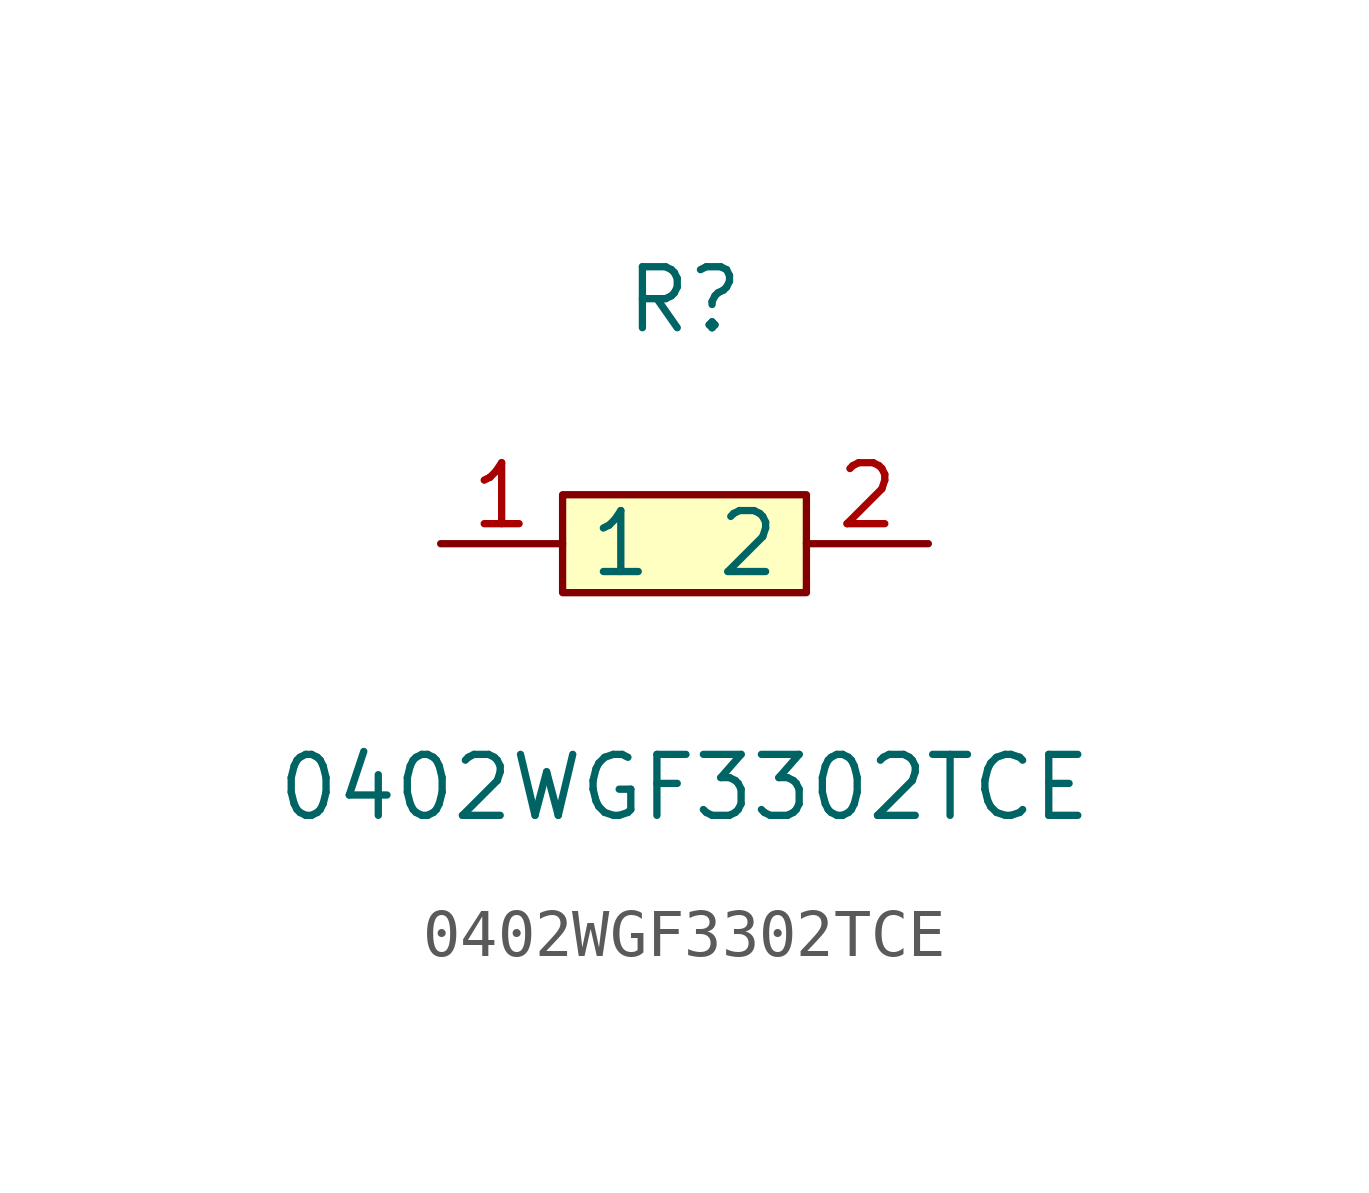
<source format=kicad_sym>
(kicad_symbol_lib
  (version 1)
  (generator "faebryk")
  (symbol "0402WGF3302TCE"
    (property "Reference" "R"
      (at 0 5.08 0)
      (effects (font (size 1.27 1.27)) (hide no)))
    (property "Value" "0402WGF3302TCE"
      (at 0 -5.08 0)
      (effects (font (size 1.27 1.27)) (hide no)))
    (symbol "0402WGF3302TCE_0_1"
      (rectangle (start -2.54 1.02) (end 2.54 -1.02) (stroke (width 0) (type default) (color 0 0 0 0)) (fill (type background)))
      (pin input line (at 5.08 0 180) (length 2.54) (name "2" (effects (font (size 1.27 1.27)) (hide no))) (number "2" (effects (font (size 1.27 1.27)) (hide no))))
      (pin input line (at -5.08 0 0) (length 2.54) (name "1" (effects (font (size 1.27 1.27)) (hide no))) (number "1" (effects (font (size 1.27 1.27)) (hide no)))))))
</source>
